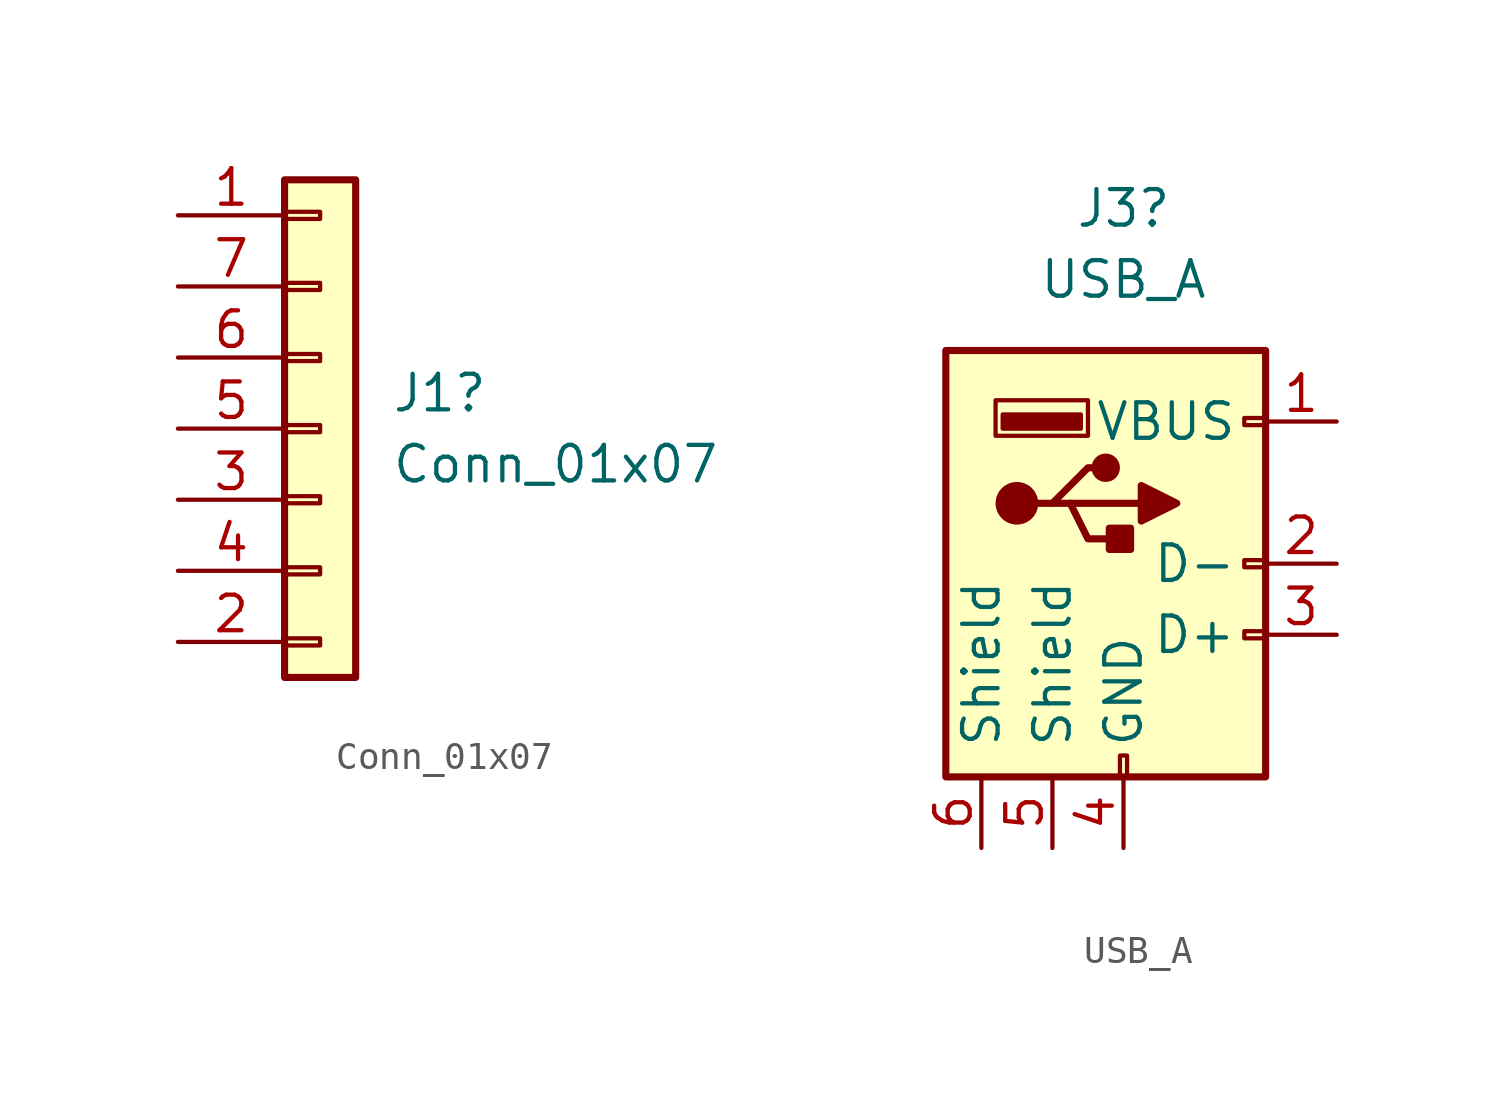
<source format=kicad_sym>
(kicad_symbol_lib
  (version 20231120)
  (generator "kicad_symbol_editor")
  (generator_version "8.0")
  (symbol "Conn_01x07"
    (pin_names
      (offset 1.016) hide)
    (property "Reference" "J1"
      (at 2.54 1.27 0)
      (effects (font (size 1.27 1.27)) (justify left)))
    (property "Value" "Conn_01x07"
      (at 2.54 -1.27 0)
      (effects (font (size 1.27 1.27)) (justify left)))
    (symbol "Conn_01x07_1_1"
      (rectangle (start -1.27 -7.493) (end 0 -7.747) (stroke (width 0.152) (type default)) (fill (type none)))
      (rectangle (start -1.27 -4.953) (end 0 -5.207) (stroke (width 0.152) (type default)) (fill (type none)))
      (rectangle (start -1.27 -2.413) (end 0 -2.667) (stroke (width 0.152) (type default)) (fill (type none)))
      (rectangle (start -1.27 0.127) (end 0 -0.127) (stroke (width 0.152) (type default)) (fill (type none)))
      (rectangle (start -1.27 2.667) (end 0 2.413) (stroke (width 0.152) (type default)) (fill (type none)))
      (rectangle (start -1.27 5.207) (end 0 4.953) (stroke (width 0.152) (type default)) (fill (type none)))
      (rectangle (start -1.27 7.747) (end 0 7.493) (stroke (width 0.152) (type default)) (fill (type none)))
      (rectangle (start -1.27 8.89) (end 1.27 -8.89) (stroke (width 0.254) (type default)) (fill (type background)))
      (pin passive line (at -5.08 7.62 0) (length 3.81) (name "Pin_1" (effects (font (size 1.27 1.27)))) (number "1" (effects (font (size 1.27 1.27)))))
      (pin passive line (at -5.08 -7.62 0) (length 3.81) (name "Pin_2" (effects (font (size 1.27 1.27)))) (number "2" (effects (font (size 1.27 1.27)))))
      (pin passive line (at -5.08 -2.54 0) (length 3.81) (name "Pin_3" (effects (font (size 1.27 1.27)))) (number "3" (effects (font (size 1.27 1.27)))))
      (pin passive line (at -5.08 -5.08 0) (length 3.81) (name "Pin_4" (effects (font (size 1.27 1.27)))) (number "4" (effects (font (size 1.27 1.27)))))
      (pin passive line (at -5.08 0 0) (length 3.81) (name "Pin_5" (effects (font (size 1.27 1.27)))) (number "5" (effects (font (size 1.27 1.27)))))
      (pin passive line (at -5.08 2.54 0) (length 3.81) (name "Pin_6" (effects (font (size 1.27 1.27)))) (number "6" (effects (font (size 1.27 1.27)))))
      (pin passive line (at -5.08 5.08 0) (length 3.81) (name "Pin_7" (effects (font (size 1.27 1.27)))) (number "7" (effects (font (size 1.27 1.27)))))))
  (symbol "USB_A"
    (pin_names
      (offset 1.016))
    (property "Reference" "J3"
      (at 0 12.7 0)
      (effects (font (size 1.27 1.27))))
    (property "Value" "USB_A"
      (at 0 10.16 0)
      (effects (font (size 1.27 1.27))))
    (symbol "USB_A_0_1"
      (rectangle (start -6.35 7.62) (end 5.08 -7.62) (stroke (width 0.254) (type default)) (fill (type background)))
      (circle (center -3.81 2.159) (radius 0.635) (stroke (width 0.254) (type default)) (fill (type outline)))
      (rectangle (start -1.524 4.826) (end -4.318 5.334) (stroke (width 0) (type default)) (fill (type outline)))
      (rectangle (start -1.27 4.572) (end -4.572 5.842) (stroke (width 0) (type default)) (fill (type none)))
      (circle (center -0.635 3.429) (radius 0.381) (stroke (width 0.254) (type default)) (fill (type outline)))
      (rectangle (start -0.127 -7.62) (end 0.127 -6.858) (stroke (width 0) (type default)) (fill (type none)))
      (polyline (pts (xy -3.175 2.159) (xy -2.54 2.159) (xy -1.27 3.429) (xy -0.635 3.429)) (stroke (width 0.254) (type default)) (fill (type none)))
      (polyline (pts (xy -2.54 2.159) (xy -1.905 2.159) (xy -1.27 0.889) (xy 0 0.889)) (stroke (width 0.254) (type default)) (fill (type none)))
      (polyline (pts (xy 0.635 2.794) (xy 0.635 1.524) (xy 1.905 2.159) (xy 0.635 2.794)) (stroke (width 0.254) (type default)) (fill (type outline)))
      (rectangle (start 0.254 1.27) (end -0.508 0.508) (stroke (width 0.254) (type default)) (fill (type outline)))
      (rectangle (start 5.08 -2.667) (end 4.318 -2.413) (stroke (width 0) (type default)) (fill (type none)))
      (rectangle (start 5.08 -0.127) (end 4.318 0.127) (stroke (width 0) (type default)) (fill (type none)))
      (rectangle (start 5.08 4.953) (end 4.318 5.207) (stroke (width 0) (type default)) (fill (type none))))
    (symbol "USB_A_1_1"
      (polyline (pts (xy -1.905 2.159) (xy 0.635 2.159)) (stroke (width 0.254) (type default)) (fill (type none)))
      (pin power_in line (at 7.62 5.08 180) (length 2.54) (name "VBUS" (effects (font (size 1.27 1.27)))) (number "1" (effects (font (size 1.27 1.27)))))
      (pin bidirectional line (at 7.62 0 180) (length 2.54) (name "D-" (effects (font (size 1.27 1.27)))) (number "2" (effects (font (size 1.27 1.27)))))
      (pin bidirectional line (at 7.62 -2.54 180) (length 2.54) (name "D+" (effects (font (size 1.27 1.27)))) (number "3" (effects (font (size 1.27 1.27)))))
      (pin power_in line (at 0 -10.16 90) (length 2.54) (name "GND" (effects (font (size 1.27 1.27)))) (number "4" (effects (font (size 1.27 1.27)))))
      (pin passive line (at -2.54 -10.16 90) (length 2.54) (name "Shield" (effects (font (size 1.27 1.27)))) (number "5" (effects (font (size 1.27 1.27)))))
      (pin passive line (at -5.08 -10.16 90) (length 2.54) (name "Shield" (effects (font (size 1.27 1.27)))) (number "6" (effects (font (size 1.27 1.27))))))))
</source>
